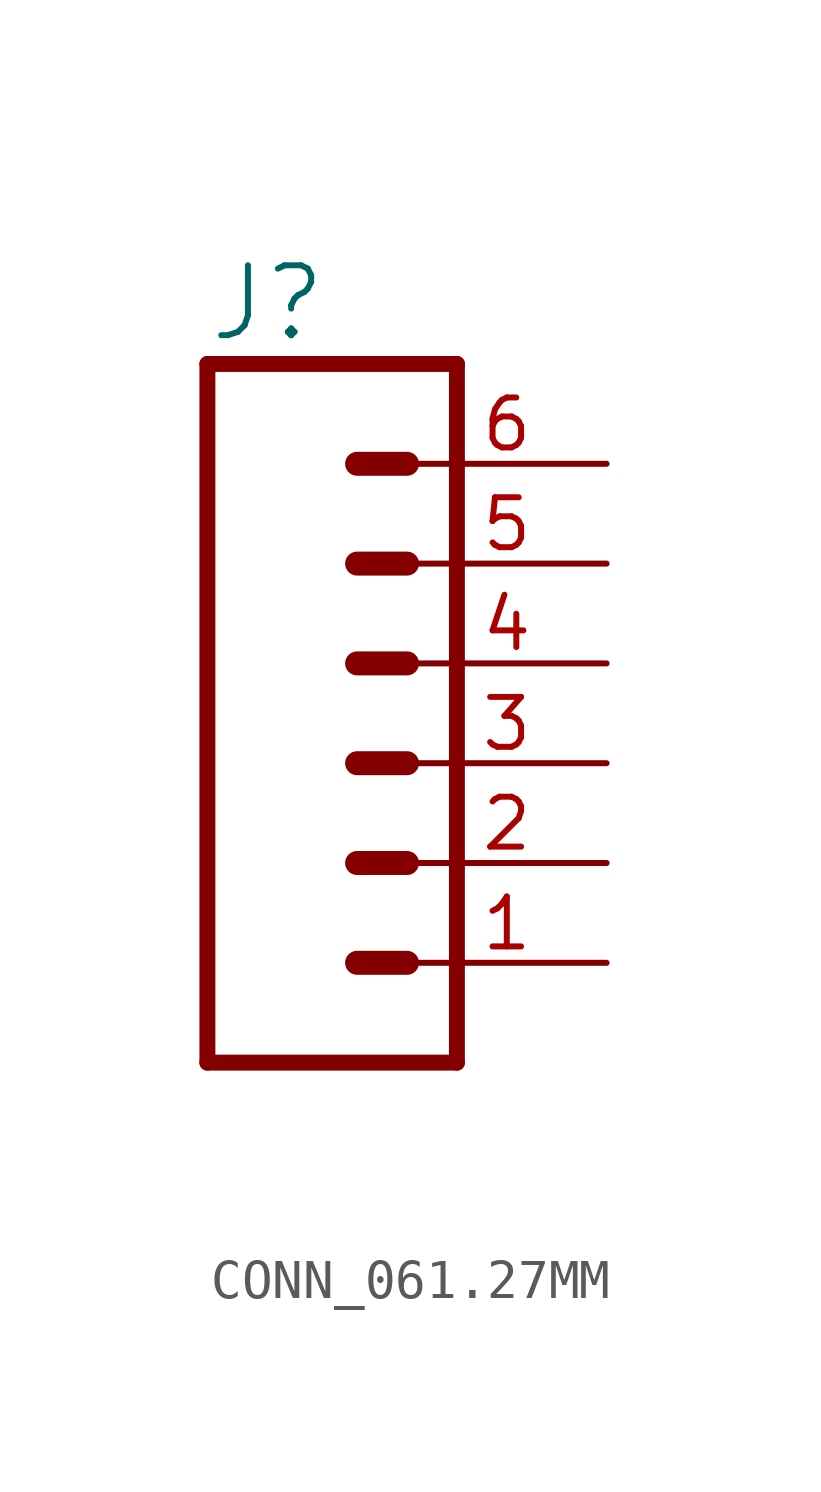
<source format=kicad_sym>
(kicad_symbol_lib
  (version 20231120)
  (generator "kicad_symbol_editor")
  (generator_version "8.0")
  (symbol "CONN_061.27MM"
    (property "Reference" "J"
      (at -5.08 10.668 0)
      (effects (font (size 1.778 1.778)) (justify left bottom)))
    (property "Value" ""
      (at -5.08 -9.906 0)
      (effects (font (size 1.778 1.778)) (justify left bottom)))
    (property "ki_locked" ""
      (at 0 0 0)
      (effects (font (size 1.27 1.27))))
    (symbol "CONN_061.27MM_1_0"
      (polyline (pts (xy -5.08 10.16) (xy -5.08 -7.62)) (stroke (width 0.406) (type solid)) (fill (type none)))
      (polyline (pts (xy -5.08 10.16) (xy 1.27 10.16)) (stroke (width 0.406) (type solid)) (fill (type none)))
      (polyline (pts (xy -1.27 -5.08) (xy 0 -5.08)) (stroke (width 0.61) (type solid)) (fill (type none)))
      (polyline (pts (xy -1.27 -2.54) (xy 0 -2.54)) (stroke (width 0.61) (type solid)) (fill (type none)))
      (polyline (pts (xy -1.27 0) (xy 0 0)) (stroke (width 0.61) (type solid)) (fill (type none)))
      (polyline (pts (xy -1.27 2.54) (xy 0 2.54)) (stroke (width 0.61) (type solid)) (fill (type none)))
      (polyline (pts (xy -1.27 5.08) (xy 0 5.08)) (stroke (width 0.61) (type solid)) (fill (type none)))
      (polyline (pts (xy -1.27 7.62) (xy 0 7.62)) (stroke (width 0.61) (type solid)) (fill (type none)))
      (polyline (pts (xy 1.27 -7.62) (xy -5.08 -7.62)) (stroke (width 0.406) (type solid)) (fill (type none)))
      (polyline (pts (xy 1.27 -7.62) (xy 1.27 10.16)) (stroke (width 0.406) (type solid)) (fill (type none)))
      (pin passive line (at 5.08 -5.08 180) (length 5.08) (name "1" (effects (font (size 0 0)))) (number "1" (effects (font (size 1.27 1.27)))))
      (pin passive line (at 5.08 -2.54 180) (length 5.08) (name "2" (effects (font (size 0 0)))) (number "2" (effects (font (size 1.27 1.27)))))
      (pin passive line (at 5.08 0 180) (length 5.08) (name "3" (effects (font (size 0 0)))) (number "3" (effects (font (size 1.27 1.27)))))
      (pin passive line (at 5.08 2.54 180) (length 5.08) (name "4" (effects (font (size 0 0)))) (number "4" (effects (font (size 1.27 1.27)))))
      (pin passive line (at 5.08 5.08 180) (length 5.08) (name "5" (effects (font (size 0 0)))) (number "5" (effects (font (size 1.27 1.27)))))
      (pin passive line (at 5.08 7.62 180) (length 5.08) (name "6" (effects (font (size 0 0)))) (number "6" (effects (font (size 1.27 1.27))))))))
</source>
